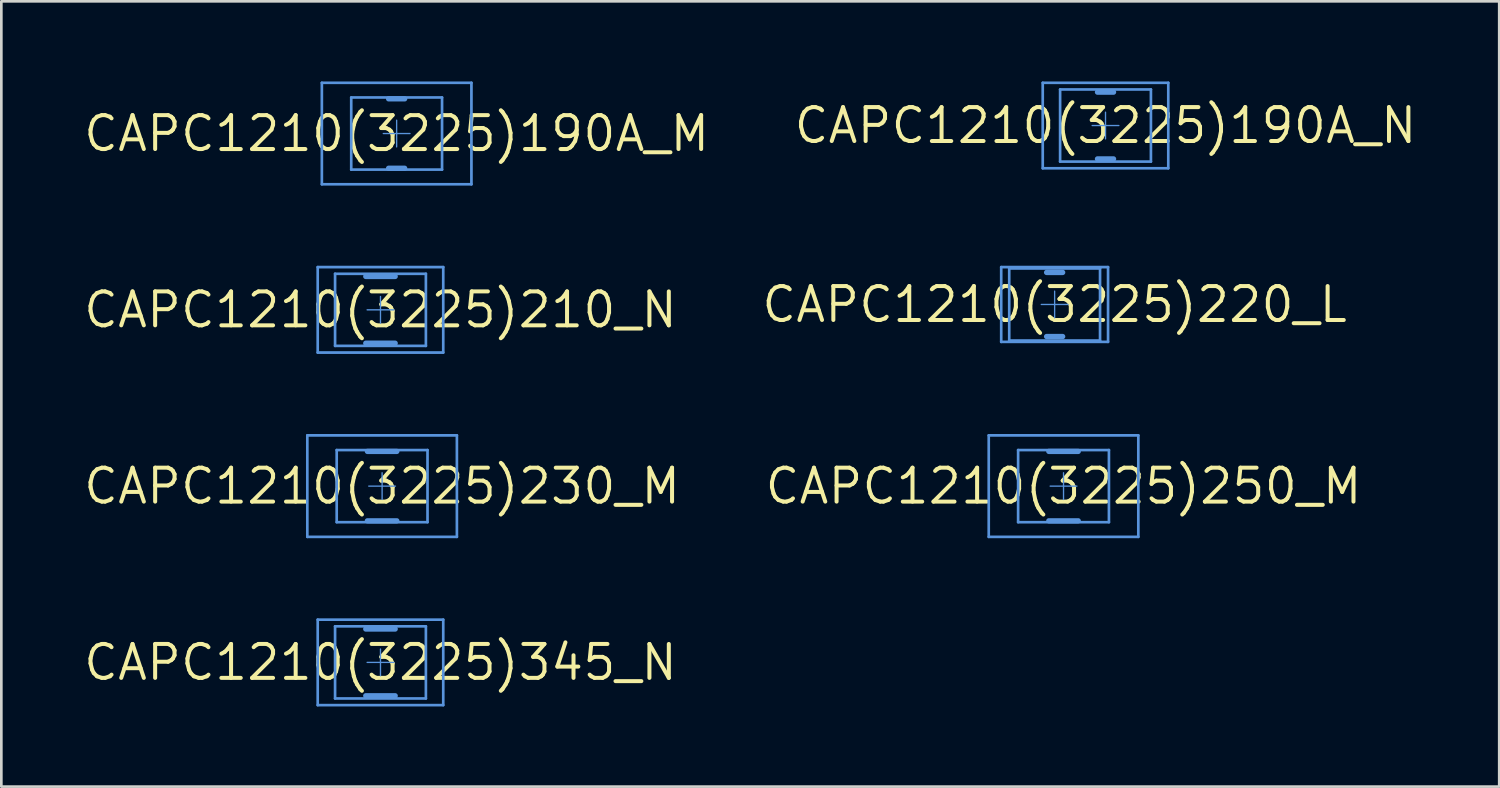
<source format=kicad_pcb>
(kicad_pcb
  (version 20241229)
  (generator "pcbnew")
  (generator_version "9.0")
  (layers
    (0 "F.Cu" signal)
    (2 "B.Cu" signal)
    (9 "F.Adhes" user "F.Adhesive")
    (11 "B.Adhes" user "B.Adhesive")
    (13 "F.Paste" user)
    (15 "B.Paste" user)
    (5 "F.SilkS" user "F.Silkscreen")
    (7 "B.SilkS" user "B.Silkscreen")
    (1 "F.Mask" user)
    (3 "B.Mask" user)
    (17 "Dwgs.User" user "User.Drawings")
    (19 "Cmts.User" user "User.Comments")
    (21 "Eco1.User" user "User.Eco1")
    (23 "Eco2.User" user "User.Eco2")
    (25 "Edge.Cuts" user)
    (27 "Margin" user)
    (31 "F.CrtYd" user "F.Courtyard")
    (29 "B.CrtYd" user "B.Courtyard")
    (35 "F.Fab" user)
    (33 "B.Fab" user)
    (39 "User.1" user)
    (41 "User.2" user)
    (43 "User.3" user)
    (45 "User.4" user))
  (footprint "CAPC1210(3225)250_M"
    (layer "F.Cu")
    (at 36.768 15.15)
    (property "Reference" "CAPC1210(3225)250_M" (at 0 0 0) (layer "F.SilkS") (effects (font (size 1.27 1.27) (thickness 0.15))))
    (attr through_hole)
    (fp_line (start -2.8 -1.9) (end 2.8 -1.9) (stroke (width 0.1) (type solid)) (layer "Cmts.User"))
    (fp_line (start -2.8 1.9) (end -2.8 -1.9) (stroke (width 0.1) (type solid)) (layer "Cmts.User"))
    (fp_line (start -2.8 1.9) (end 2.8 1.9) (stroke (width 0.1) (type solid)) (layer "Cmts.User"))
    (fp_line (start -2.796 -1.9) (end 2.804 -1.9) (stroke (width 0.05) (type solid)) (layer "Cmts.User"))
    (fp_line (start -2.796 1.9) (end -2.796 -1.9) (stroke (width 0.05) (type solid)) (layer "Cmts.User"))
    (fp_line (start -2.796 1.9) (end 2.804 1.9) (stroke (width 0.05) (type solid)) (layer "Cmts.User"))
    (fp_line (start -1.7 -1.35) (end 1.7 -1.35) (stroke (width 0.1) (type solid)) (layer "Cmts.User"))
    (fp_line (start -1.7 1.35) (end -1.7 -1.35) (stroke (width 0.1) (type solid)) (layer "Cmts.User"))
    (fp_line (start -1.7 1.35) (end 1.7 1.35) (stroke (width 0.1) (type solid)) (layer "Cmts.User"))
    (fp_line (start -0.55 -1.3) (end 0.55 -1.3) (stroke (width 0.2) (type solid)) (layer "Cmts.User"))
    (fp_line (start -0.55 1.3) (end 0.55 1.3) (stroke (width 0.2) (type solid)) (layer "Cmts.User"))
    (fp_line (start -0.5 0) (end 0.5 0) (stroke (width 0.05) (type solid)) (layer "Cmts.User"))
    (fp_line (start 0 0.5) (end 0 -0.5) (stroke (width 0.05) (type solid)) (layer "Cmts.User"))
    (fp_line (start 1.7 1.35) (end 1.7 -1.35) (stroke (width 0.1) (type solid)) (layer "Cmts.User"))
    (fp_line (start 2.8 1.9) (end 2.8 -1.9) (stroke (width 0.1) (type solid)) (layer "Cmts.User"))
    (fp_line (start 2.804 1.9) (end 2.804 -1.9) (stroke (width 0.05) (type solid)) (layer "Cmts.User")))
  (footprint "CAPC1210(3225)190A_M"
    (layer "F.Cu")
    (at 11.8 1.95)
    (property "Reference" "CAPC1210(3225)190A_M" (at 0 0 0) (layer "F.SilkS") (effects (font (size 1.27 1.27) (thickness 0.15))))
    (attr through_hole)
    (fp_line (start -2.8 -1.9) (end 2.8 -1.9) (stroke (width 0.05) (type solid)) (layer "Cmts.User"))
    (fp_line (start -2.8 -1.9) (end 2.8 -1.9) (stroke (width 0.1) (type solid)) (layer "Cmts.User"))
    (fp_line (start -2.8 1.9) (end -2.8 -1.9) (stroke (width 0.05) (type solid)) (layer "Cmts.User"))
    (fp_line (start -2.8 1.9) (end -2.8 -1.9) (stroke (width 0.1) (type solid)) (layer "Cmts.User"))
    (fp_line (start -2.8 1.9) (end 2.8 1.9) (stroke (width 0.05) (type solid)) (layer "Cmts.User"))
    (fp_line (start -2.8 1.9) (end 2.8 1.9) (stroke (width 0.1) (type solid)) (layer "Cmts.User"))
    (fp_line (start -1.7 -1.35) (end 1.7 -1.35) (stroke (width 0.1) (type solid)) (layer "Cmts.User"))
    (fp_line (start -1.7 1.35) (end -1.7 -1.35) (stroke (width 0.1) (type solid)) (layer "Cmts.User"))
    (fp_line (start -1.7 1.35) (end 1.7 1.35) (stroke (width 0.1) (type solid)) (layer "Cmts.User"))
    (fp_line (start -0.5 0) (end 0.5 0) (stroke (width 0.05) (type solid)) (layer "Cmts.User"))
    (fp_line (start -0.3 -1.3) (end 0.3 -1.3) (stroke (width 0.2) (type solid)) (layer "Cmts.User"))
    (fp_line (start -0.3 1.3) (end 0.3 1.3) (stroke (width 0.2) (type solid)) (layer "Cmts.User"))
    (fp_line (start 0 0.5) (end 0 -0.5) (stroke (width 0.05) (type solid)) (layer "Cmts.User"))
    (fp_line (start 1.7 1.35) (end 1.7 -1.35) (stroke (width 0.1) (type solid)) (layer "Cmts.User"))
    (fp_line (start 2.8 1.9) (end 2.8 -1.9) (stroke (width 0.05) (type solid)) (layer "Cmts.User"))
    (fp_line (start 2.8 1.9) (end 2.8 -1.9) (stroke (width 0.1) (type solid)) (layer "Cmts.User")))
  (footprint "CAPC1210(3225)345_N"
    (layer "F.Cu")
    (at 11.195 21.75)
    (property "Reference" "CAPC1210(3225)345_N" (at 0 0 0) (layer "F.SilkS") (effects (font (size 1.27 1.27) (thickness 0.15))))
    (attr through_hole)
    (fp_line (start -2.35 -1.6) (end 2.35 -1.6) (stroke (width 0.05) (type solid)) (layer "Cmts.User"))
    (fp_line (start -2.35 -1.6) (end 2.35 -1.6) (stroke (width 0.1) (type solid)) (layer "Cmts.User"))
    (fp_line (start -2.35 1.6) (end -2.35 -1.6) (stroke (width 0.05) (type solid)) (layer "Cmts.User"))
    (fp_line (start -2.35 1.6) (end -2.35 -1.6) (stroke (width 0.1) (type solid)) (layer "Cmts.User"))
    (fp_line (start -2.35 1.6) (end 2.35 1.6) (stroke (width 0.05) (type solid)) (layer "Cmts.User"))
    (fp_line (start -2.35 1.6) (end 2.35 1.6) (stroke (width 0.1) (type solid)) (layer "Cmts.User"))
    (fp_line (start -1.7 -1.35) (end 1.7 -1.35) (stroke (width 0.1) (type solid)) (layer "Cmts.User"))
    (fp_line (start -1.7 1.35) (end -1.7 -1.35) (stroke (width 0.1) (type solid)) (layer "Cmts.User"))
    (fp_line (start -1.7 1.35) (end 1.7 1.35) (stroke (width 0.1) (type solid)) (layer "Cmts.User"))
    (fp_line (start -0.55 -1.25) (end 0.55 -1.25) (stroke (width 0.2) (type solid)) (layer "Cmts.User"))
    (fp_line (start -0.55 1.25) (end 0.55 1.25) (stroke (width 0.2) (type solid)) (layer "Cmts.User"))
    (fp_line (start -0.5 0) (end 0.5 0) (stroke (width 0.05) (type solid)) (layer "Cmts.User"))
    (fp_line (start 0 0.5) (end 0 -0.5) (stroke (width 0.05) (type solid)) (layer "Cmts.User"))
    (fp_line (start 1.7 1.35) (end 1.7 -1.35) (stroke (width 0.1) (type solid)) (layer "Cmts.User"))
    (fp_line (start 2.35 1.6) (end 2.35 -1.6) (stroke (width 0.05) (type solid)) (layer "Cmts.User"))
    (fp_line (start 2.35 1.6) (end 2.35 -1.6) (stroke (width 0.1) (type solid)) (layer "Cmts.User")))
  (footprint "CAPC1210(3225)210_N"
    (layer "F.Cu")
    (at 11.195 8.55)
    (property "Reference" "CAPC1210(3225)210_N" (at 0 0 0) (layer "F.SilkS") (effects (font (size 1.27 1.27) (thickness 0.15))))
    (attr through_hole)
    (fp_line (start -2.35 -1.6) (end 2.35 -1.6) (stroke (width 0.05) (type solid)) (layer "Cmts.User"))
    (fp_line (start -2.35 -1.6) (end 2.35 -1.6) (stroke (width 0.1) (type solid)) (layer "Cmts.User"))
    (fp_line (start -2.35 1.6) (end -2.35 -1.6) (stroke (width 0.05) (type solid)) (layer "Cmts.User"))
    (fp_line (start -2.35 1.6) (end -2.35 -1.6) (stroke (width 0.1) (type solid)) (layer "Cmts.User"))
    (fp_line (start -2.35 1.6) (end 2.35 1.6) (stroke (width 0.05) (type solid)) (layer "Cmts.User"))
    (fp_line (start -2.35 1.6) (end 2.35 1.6) (stroke (width 0.1) (type solid)) (layer "Cmts.User"))
    (fp_line (start -1.7 -1.35) (end 1.7 -1.35) (stroke (width 0.1) (type solid)) (layer "Cmts.User"))
    (fp_line (start -1.7 1.35) (end -1.7 -1.35) (stroke (width 0.1) (type solid)) (layer "Cmts.User"))
    (fp_line (start -1.7 1.35) (end 1.7 1.35) (stroke (width 0.1) (type solid)) (layer "Cmts.User"))
    (fp_line (start -0.55 -1.25) (end 0.55 -1.25) (stroke (width 0.2) (type solid)) (layer "Cmts.User"))
    (fp_line (start -0.55 1.25) (end 0.55 1.25) (stroke (width 0.2) (type solid)) (layer "Cmts.User"))
    (fp_line (start -0.5 0) (end 0.5 0) (stroke (width 0.05) (type solid)) (layer "Cmts.User"))
    (fp_line (start 0 0.5) (end 0 -0.5) (stroke (width 0.05) (type solid)) (layer "Cmts.User"))
    (fp_line (start 1.7 1.35) (end 1.7 -1.35) (stroke (width 0.1) (type solid)) (layer "Cmts.User"))
    (fp_line (start 2.35 1.6) (end 2.35 -1.6) (stroke (width 0.05) (type solid)) (layer "Cmts.User"))
    (fp_line (start 2.35 1.6) (end 2.35 -1.6) (stroke (width 0.1) (type solid)) (layer "Cmts.User")))
  (footprint "CAPC1210(3225)220_L"
    (layer "F.Cu")
    (at 36.435 8.35)
    (property "Reference" "CAPC1210(3225)220_L" (at 0 0 0) (layer "F.SilkS") (effects (font (size 1.27 1.27) (thickness 0.15))))
    (attr through_hole)
    (fp_line (start -2 -1.4) (end 2 -1.4) (stroke (width 0.05) (type solid)) (layer "Cmts.User"))
    (fp_line (start -2 -1.4) (end 2 -1.4) (stroke (width 0.1) (type solid)) (layer "Cmts.User"))
    (fp_line (start -2 1.4) (end -2 -1.4) (stroke (width 0.05) (type solid)) (layer "Cmts.User"))
    (fp_line (start -2 1.4) (end -2 -1.4) (stroke (width 0.1) (type solid)) (layer "Cmts.User"))
    (fp_line (start -2 1.4) (end 2 1.4) (stroke (width 0.05) (type solid)) (layer "Cmts.User"))
    (fp_line (start -2 1.4) (end 2 1.4) (stroke (width 0.1) (type solid)) (layer "Cmts.User"))
    (fp_line (start -1.7 -1.35) (end 1.7 -1.35) (stroke (width 0.1) (type solid)) (layer "Cmts.User"))
    (fp_line (start -1.7 1.35) (end -1.7 -1.35) (stroke (width 0.1) (type solid)) (layer "Cmts.User"))
    (fp_line (start -1.7 1.35) (end 1.7 1.35) (stroke (width 0.1) (type solid)) (layer "Cmts.User"))
    (fp_line (start -0.5 0) (end 0.5 0) (stroke (width 0.05) (type solid)) (layer "Cmts.User"))
    (fp_line (start -0.3 -1.2) (end 0.3 -1.2) (stroke (width 0.2) (type solid)) (layer "Cmts.User"))
    (fp_line (start -0.3 1.2) (end 0.3 1.2) (stroke (width 0.2) (type solid)) (layer "Cmts.User"))
    (fp_line (start 0 0.5) (end 0 -0.5) (stroke (width 0.05) (type solid)) (layer "Cmts.User"))
    (fp_line (start 1.7 1.35) (end 1.7 -1.35) (stroke (width 0.1) (type solid)) (layer "Cmts.User"))
    (fp_line (start 2 1.4) (end 2 -1.4) (stroke (width 0.05) (type solid)) (layer "Cmts.User"))
    (fp_line (start 2 1.4) (end 2 -1.4) (stroke (width 0.1) (type solid)) (layer "Cmts.User")))
  (footprint "CAPC1210(3225)190A_N"
    (layer "F.Cu")
    (at 38.34 1.65)
    (property "Reference" "CAPC1210(3225)190A_N" (at 0 0 0) (layer "F.SilkS") (effects (font (size 1.27 1.27) (thickness 0.15))))
    (attr through_hole)
    (fp_line (start -2.355 -1.6) (end 2.345 -1.6) (stroke (width 0.05) (type solid)) (layer "Cmts.User"))
    (fp_line (start -2.355 1.6) (end -2.355 -1.6) (stroke (width 0.05) (type solid)) (layer "Cmts.User"))
    (fp_line (start -2.355 1.6) (end 2.345 1.6) (stroke (width 0.05) (type solid)) (layer "Cmts.User"))
    (fp_line (start -2.35 -1.6) (end 2.35 -1.6) (stroke (width 0.1) (type solid)) (layer "Cmts.User"))
    (fp_line (start -2.35 1.6) (end -2.35 -1.6) (stroke (width 0.1) (type solid)) (layer "Cmts.User"))
    (fp_line (start -2.35 1.6) (end 2.35 1.6) (stroke (width 0.1) (type solid)) (layer "Cmts.User"))
    (fp_line (start -1.7 -1.35) (end 1.7 -1.35) (stroke (width 0.1) (type solid)) (layer "Cmts.User"))
    (fp_line (start -1.7 1.35) (end -1.7 -1.35) (stroke (width 0.1) (type solid)) (layer "Cmts.User"))
    (fp_line (start -1.7 1.35) (end 1.7 1.35) (stroke (width 0.1) (type solid)) (layer "Cmts.User"))
    (fp_line (start -0.5 0) (end 0.5 0) (stroke (width 0.05) (type solid)) (layer "Cmts.User"))
    (fp_line (start -0.3 -1.25) (end 0.3 -1.25) (stroke (width 0.2) (type solid)) (layer "Cmts.User"))
    (fp_line (start -0.3 1.25) (end 0.3 1.25) (stroke (width 0.2) (type solid)) (layer "Cmts.User"))
    (fp_line (start 0 0.5) (end 0 -0.5) (stroke (width 0.05) (type solid)) (layer "Cmts.User"))
    (fp_line (start 1.7 1.35) (end 1.7 -1.35) (stroke (width 0.1) (type solid)) (layer "Cmts.User"))
    (fp_line (start 2.345 1.6) (end 2.345 -1.6) (stroke (width 0.05) (type solid)) (layer "Cmts.User"))
    (fp_line (start 2.35 1.6) (end 2.35 -1.6) (stroke (width 0.1) (type solid)) (layer "Cmts.User")))
  (footprint "CAPC1210(3225)230_M"
    (layer "F.Cu")
    (at 11.256 15.15)
    (property "Reference" "CAPC1210(3225)230_M" (at 0 0 0) (layer "F.SilkS") (effects (font (size 1.27 1.27) (thickness 0.15))))
    (attr through_hole)
    (fp_line (start -2.8 -1.9) (end 2.8 -1.9) (stroke (width 0.05) (type solid)) (layer "Cmts.User"))
    (fp_line (start -2.8 -1.9) (end 2.8 -1.9) (stroke (width 0.1) (type solid)) (layer "Cmts.User"))
    (fp_line (start -2.8 1.9) (end -2.8 -1.9) (stroke (width 0.05) (type solid)) (layer "Cmts.User"))
    (fp_line (start -2.8 1.9) (end -2.8 -1.9) (stroke (width 0.1) (type solid)) (layer "Cmts.User"))
    (fp_line (start -2.8 1.9) (end 2.8 1.9) (stroke (width 0.05) (type solid)) (layer "Cmts.User"))
    (fp_line (start -2.8 1.9) (end 2.8 1.9) (stroke (width 0.1) (type solid)) (layer "Cmts.User"))
    (fp_line (start -1.7 -1.35) (end 1.7 -1.35) (stroke (width 0.1) (type solid)) (layer "Cmts.User"))
    (fp_line (start -1.7 1.35) (end -1.7 -1.35) (stroke (width 0.1) (type solid)) (layer "Cmts.User"))
    (fp_line (start -1.7 1.35) (end 1.7 1.35) (stroke (width 0.1) (type solid)) (layer "Cmts.User"))
    (fp_line (start -0.55 -1.3) (end 0.55 -1.3) (stroke (width 0.2) (type solid)) (layer "Cmts.User"))
    (fp_line (start -0.55 1.3) (end 0.55 1.3) (stroke (width 0.2) (type solid)) (layer "Cmts.User"))
    (fp_line (start -0.5 0) (end 0.5 0) (stroke (width 0.05) (type solid)) (layer "Cmts.User"))
    (fp_line (start 0 0.5) (end 0 -0.5) (stroke (width 0.05) (type solid)) (layer "Cmts.User"))
    (fp_line (start 1.7 1.35) (end 1.7 -1.35) (stroke (width 0.1) (type solid)) (layer "Cmts.User"))
    (fp_line (start 2.8 1.9) (end 2.8 -1.9) (stroke (width 0.05) (type solid)) (layer "Cmts.User"))
    (fp_line (start 2.8 1.9) (end 2.8 -1.9) (stroke (width 0.1) (type solid)) (layer "Cmts.User")))
  (gr_rect
    (start -3 -3)
    (end 53.08 26.4)
    (stroke (width 0.1) (type default))
    (fill no)
    (layer "Edge.Cuts")))
</source>
